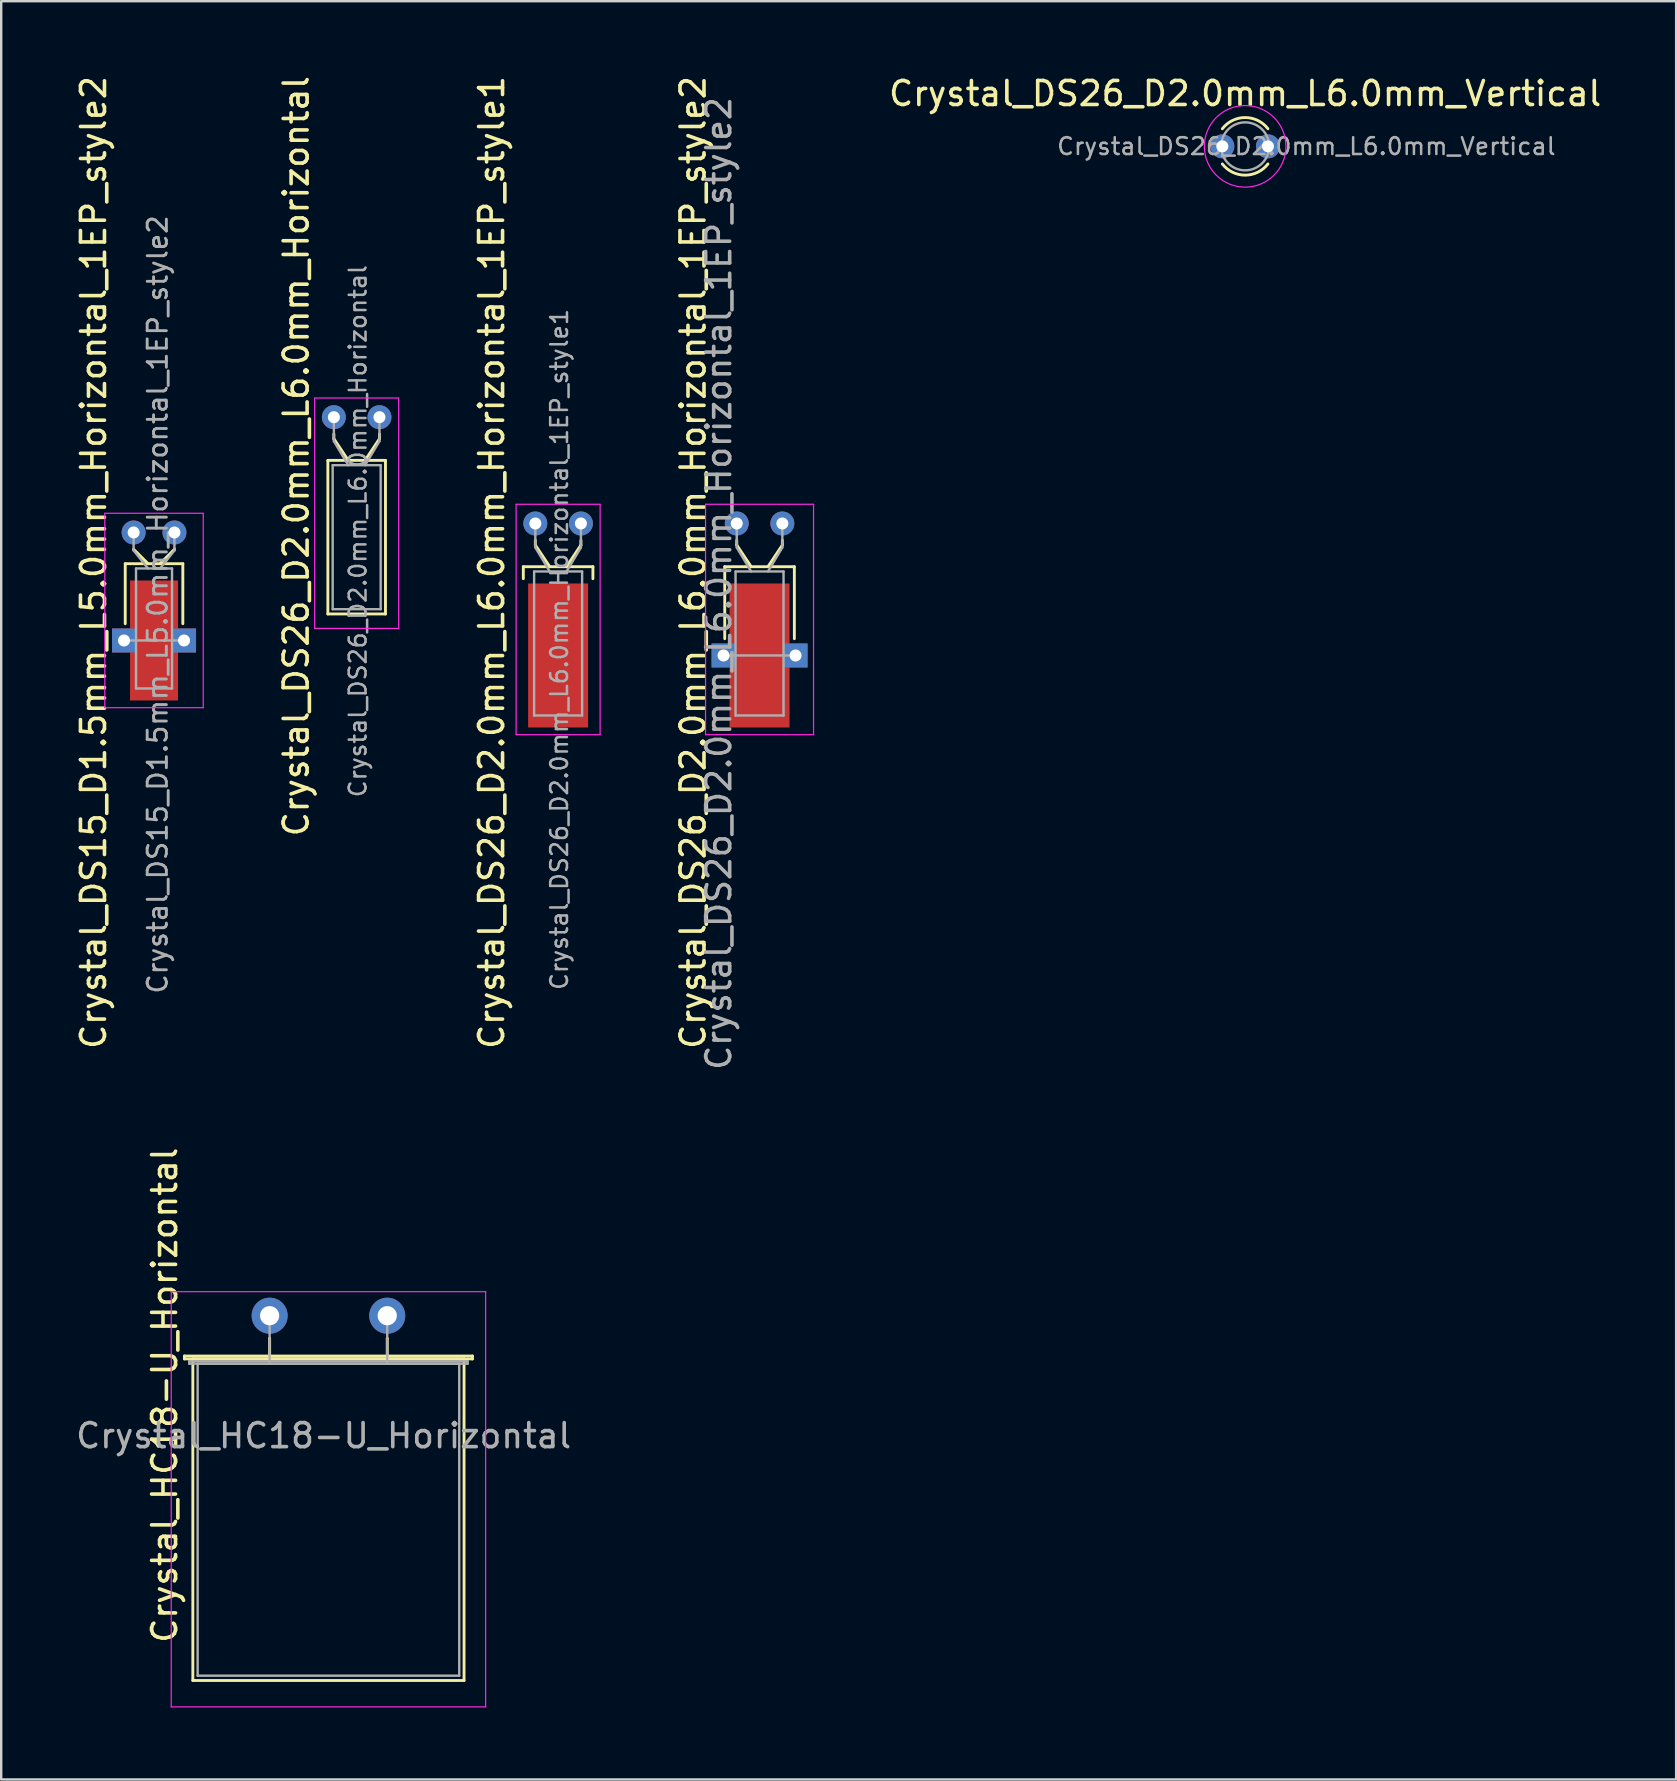
<source format=kicad_pcb>
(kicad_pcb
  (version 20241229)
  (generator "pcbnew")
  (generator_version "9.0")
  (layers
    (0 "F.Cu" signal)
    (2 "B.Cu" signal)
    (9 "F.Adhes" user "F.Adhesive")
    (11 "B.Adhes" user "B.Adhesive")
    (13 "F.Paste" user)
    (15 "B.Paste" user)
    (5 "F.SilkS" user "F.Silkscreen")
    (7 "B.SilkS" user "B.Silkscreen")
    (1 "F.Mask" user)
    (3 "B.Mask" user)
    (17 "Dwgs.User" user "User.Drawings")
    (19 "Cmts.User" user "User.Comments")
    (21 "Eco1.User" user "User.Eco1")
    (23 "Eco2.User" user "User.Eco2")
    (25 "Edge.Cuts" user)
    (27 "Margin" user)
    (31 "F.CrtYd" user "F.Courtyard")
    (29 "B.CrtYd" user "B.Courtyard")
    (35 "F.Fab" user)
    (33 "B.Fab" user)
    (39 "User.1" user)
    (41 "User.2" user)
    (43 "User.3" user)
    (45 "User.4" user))
  (footprint "Crystal_DS26_D2.0mm_L6.0mm_Horizontal"
    (layer "F.Cu")
    (at 10.861 14.333)
    (property "Reference" "Crystal_DS26_D2.0mm_L6.0mm_Horizontal" (at -1.57 1.625 90) (layer "F.SilkS") (effects (font (size 1 1) (thickness 0.15))))
    (attr through_hole)
    (fp_line (start -0.25 1.8) (end -0.25 8.2) (stroke (width 0.12) (type solid)) (layer "F.SilkS"))
    (fp_line (start -0.25 8.2) (end 2.15 8.2) (stroke (width 0.12) (type solid)) (layer "F.SilkS"))
    (fp_line (start 0 0.9) (end 0 0.7) (stroke (width 0.12) (type solid)) (layer "F.SilkS"))
    (fp_line (start 0.6 1.8) (end 0 0.9) (stroke (width 0.12) (type solid)) (layer "F.SilkS"))
    (fp_line (start 1.3 1.8) (end 1.9 0.9) (stroke (width 0.12) (type solid)) (layer "F.SilkS"))
    (fp_line (start 1.9 0.9) (end 1.9 0.7) (stroke (width 0.12) (type solid)) (layer "F.SilkS"))
    (fp_line (start 2.15 1.8) (end -0.25 1.8) (stroke (width 0.12) (type solid)) (layer "F.SilkS"))
    (fp_line (start 2.15 8.2) (end 2.15 1.8) (stroke (width 0.12) (type solid)) (layer "F.SilkS"))
    (fp_line (start -0.8 -0.8) (end -0.8 8.8) (stroke (width 0.05) (type solid)) (layer "F.CrtYd"))
    (fp_line (start -0.8 8.8) (end 2.7 8.8) (stroke (width 0.05) (type solid)) (layer "F.CrtYd"))
    (fp_line (start 2.7 -0.8) (end -0.8 -0.8) (stroke (width 0.05) (type solid)) (layer "F.CrtYd"))
    (fp_line (start 2.7 8.8) (end 2.7 -0.8) (stroke (width 0.05) (type solid)) (layer "F.CrtYd"))
    (fp_line (start -0.05 2) (end -0.05 8) (stroke (width 0.1) (type solid)) (layer "F.Fab"))
    (fp_line (start -0.05 8) (end 1.95 8) (stroke (width 0.1) (type solid)) (layer "F.Fab"))
    (fp_line (start 0 1) (end 0 0) (stroke (width 0.1) (type solid)) (layer "F.Fab"))
    (fp_line (start 0.6 2) (end 0 1) (stroke (width 0.1) (type solid)) (layer "F.Fab"))
    (fp_line (start 1.3 2) (end 1.9 1) (stroke (width 0.1) (type solid)) (layer "F.Fab"))
    (fp_line (start 1.9 1) (end 1.9 0) (stroke (width 0.1) (type solid)) (layer "F.Fab"))
    (fp_line (start 1.95 2) (end -0.05 2) (stroke (width 0.1) (type solid)) (layer "F.Fab"))
    (fp_line (start 1.95 8) (end 1.95 2) (stroke (width 0.1) (type solid)) (layer "F.Fab"))
    (fp_text user "${REFERENCE}" (at 1 4.75 90) (layer "F.Fab") (effects (font (size 0.7 0.7) (thickness 0.105))))
    (pad "1" thru_hole circle (at 0 0) (size 1 1) (drill 0.5) (layers "*.Cu" "*.Mask"))
    (pad "2" thru_hole circle (at 1.9 0) (size 1 1) (drill 0.5) (layers "*.Cu" "*.Mask")))
  (footprint "Crystal_DS26_D2.0mm_L6.0mm_Horizontal_1EP_style2"
    (layer "F.Cu")
    (at 27.648 18.762)
    (property "Reference" "Crystal_DS26_D2.0mm_L6.0mm_Horizontal_1EP_style2" (at -1.82 1.625 90) (layer "F.SilkS") (effects (font (size 1 1) (thickness 0.15))))
    (attr through_hole)
    (fp_line (start -0.5 1.8) (end 2.4 1.8) (stroke (width 0.12) (type solid)) (layer "F.SilkS"))
    (fp_line (start -0.5 4.8) (end -0.5 1.8) (stroke (width 0.12) (type solid)) (layer "F.SilkS"))
    (fp_line (start 0 0.9) (end 0 0.7) (stroke (width 0.12) (type solid)) (layer "F.SilkS"))
    (fp_line (start 0.6 1.8) (end 0 0.9) (stroke (width 0.12) (type solid)) (layer "F.SilkS"))
    (fp_line (start 1.3 1.8) (end 1.9 0.9) (stroke (width 0.12) (type solid)) (layer "F.SilkS"))
    (fp_line (start 1.9 0.9) (end 1.9 0.7) (stroke (width 0.12) (type solid)) (layer "F.SilkS"))
    (fp_line (start 2.4 1.8) (end 2.4 4.8) (stroke (width 0.12) (type solid)) (layer "F.SilkS"))
    (fp_line (start -1.3 -0.8) (end -1.3 8.8) (stroke (width 0.05) (type solid)) (layer "F.CrtYd"))
    (fp_line (start -1.3 8.8) (end 3.2 8.8) (stroke (width 0.05) (type solid)) (layer "F.CrtYd"))
    (fp_line (start 3.2 -0.8) (end -1.3 -0.8) (stroke (width 0.05) (type solid)) (layer "F.CrtYd"))
    (fp_line (start 3.2 8.8) (end 3.2 -0.8) (stroke (width 0.05) (type solid)) (layer "F.CrtYd"))
    (fp_line (start -0.55 5.5) (end 2.45 5.5) (stroke (width 0.1) (type solid)) (layer "F.Fab"))
    (fp_line (start -0.05 2) (end -0.05 8) (stroke (width 0.1) (type solid)) (layer "F.Fab"))
    (fp_line (start -0.05 8) (end 1.95 8) (stroke (width 0.1) (type solid)) (layer "F.Fab"))
    (fp_line (start 0 1) (end 0 0) (stroke (width 0.1) (type solid)) (layer "F.Fab"))
    (fp_line (start 0.6 2) (end 0 1) (stroke (width 0.1) (type solid)) (layer "F.Fab"))
    (fp_line (start 1.3 2) (end 1.9 1) (stroke (width 0.1) (type solid)) (layer "F.Fab"))
    (fp_line (start 1.9 1) (end 1.9 0) (stroke (width 0.1) (type solid)) (layer "F.Fab"))
    (fp_line (start 1.95 2) (end -0.05 2) (stroke (width 0.1) (type solid)) (layer "F.Fab"))
    (fp_line (start 1.95 8) (end 1.95 2) (stroke (width 0.1) (type solid)) (layer "F.Fab"))
    (fp_text user "${REFERENCE}" (at -0.75 2.5 90) (layer "F.Fab") (effects (font (size 1 1) (thickness 0.15))))
    (pad "1" thru_hole circle (at 0 0) (size 1 1) (drill 0.5) (layers "*.Cu" "*.Mask"))
    (pad "2" thru_hole circle (at 1.9 0) (size 1 1) (drill 0.5) (layers "*.Cu" "*.Mask"))
    (pad "3" thru_hole rect (at -0.55 5.5) (size 1 1) (drill 0.5) (layers "*.Cu" "*.Mask"))
    (pad "3" smd rect (at 0.95 5.5) (size 2.5 6) (layers "F.Cu" "F.Mask" "F.Paste"))
    (pad "3" thru_hole rect (at 2.45 5.5) (size 1 1) (drill 0.5) (layers "*.Cu" "*.Mask")))
  (footprint "Crystal_DS26_D2.0mm_L6.0mm_Vertical"
    (layer "F.Cu")
    (at 47.881 3.048)
    (property "Reference" "Crystal_DS26_D2.0mm_L6.0mm_Vertical" (at 0.95 -2.2 0) (layer "F.SilkS") (effects (font (size 1 1) (thickness 0.15))))
    (attr through_hole)
    (fp_arc (start 0 -0.733144) (mid 0.950178 -1.2) (end 1.900217 -0.732863) (stroke (width 0.12) (type solid)) (layer "F.SilkS"))
    (fp_arc (start 1.900217 0.732863) (mid 0.950178 1.2) (end 0 0.733144) (stroke (width 0.12) (type solid)) (layer "F.SilkS"))
    (fp_circle (center 0.95 0) (end 2.65 0) (stroke (width 0.05) (type solid)) (fill no) (layer "F.CrtYd"))
    (fp_circle (center 0.95 0) (end 1.95 0) (stroke (width 0.1) (type solid)) (fill no) (layer "F.Fab"))
    (fp_text user "${REFERENCE}" (at 3.5 0 0) (layer "F.Fab") (effects (font (size 0.7 0.7) (thickness 0.105))))
    (pad "1" thru_hole circle (at 0 0) (size 1 1) (drill 0.5) (layers "*.Cu" "*.Mask"))
    (pad "2" thru_hole circle (at 1.9 0) (size 1 1) (drill 0.5) (layers "*.Cu" "*.Mask")))
  (footprint "Crystal_HC18-U_Horizontal"
    (layer "F.Cu")
    (at 8.185 51.771)
    (property "Reference" "Crystal_HC18-U_Horizontal" (at -4.375 3.312 90) (layer "F.SilkS") (effects (font (size 1 1) (thickness 0.15))))
    (attr through_hole)
    (fp_line (start -3.55 1.68) (end 8.45 1.68) (stroke (width 0.12) (type solid)) (layer "F.SilkS"))
    (fp_line (start -3.55 1.8) (end -3.55 1.68) (stroke (width 0.12) (type solid)) (layer "F.SilkS"))
    (fp_line (start -3.2 1.8) (end -3.2 15.2) (stroke (width 0.12) (type solid)) (layer "F.SilkS"))
    (fp_line (start -3.2 15.2) (end 8.1 15.2) (stroke (width 0.12) (type solid)) (layer "F.SilkS"))
    (fp_line (start 0 0.95) (end 0 0.95) (stroke (width 0.12) (type solid)) (layer "F.SilkS"))
    (fp_line (start 0 1.8) (end 0 0.95) (stroke (width 0.12) (type solid)) (layer "F.SilkS"))
    (fp_line (start 4.9 0.95) (end 4.9 0.95) (stroke (width 0.12) (type solid)) (layer "F.SilkS"))
    (fp_line (start 4.9 1.8) (end 4.9 0.95) (stroke (width 0.12) (type solid)) (layer "F.SilkS"))
    (fp_line (start 8.1 1.8) (end -3.2 1.8) (stroke (width 0.12) (type solid)) (layer "F.SilkS"))
    (fp_line (start 8.1 15.2) (end 8.1 1.8) (stroke (width 0.12) (type solid)) (layer "F.SilkS"))
    (fp_line (start 8.45 1.68) (end 8.45 1.8) (stroke (width 0.12) (type solid)) (layer "F.SilkS"))
    (fp_line (start 8.45 1.8) (end -3.55 1.8) (stroke (width 0.12) (type solid)) (layer "F.SilkS"))
    (fp_line (start -4.1 -1) (end -4.1 16.3) (stroke (width 0.05) (type solid)) (layer "F.CrtYd"))
    (fp_line (start -4.1 16.3) (end 9 16.3) (stroke (width 0.05) (type solid)) (layer "F.CrtYd"))
    (fp_line (start 9 -1) (end -4.1 -1) (stroke (width 0.05) (type solid)) (layer "F.CrtYd"))
    (fp_line (start 9 16.3) (end 9 -1) (stroke (width 0.05) (type solid)) (layer "F.CrtYd"))
    (fp_line (start -3.35 1.9) (end 8.25 1.9) (stroke (width 0.1) (type solid)) (layer "F.Fab"))
    (fp_line (start -3.35 2) (end -3.35 1.9) (stroke (width 0.1) (type solid)) (layer "F.Fab"))
    (fp_line (start -3 2) (end -3 15) (stroke (width 0.1) (type solid)) (layer "F.Fab"))
    (fp_line (start -3 15) (end 7.9 15) (stroke (width 0.1) (type solid)) (layer "F.Fab"))
    (fp_line (start 0 1) (end 0 0) (stroke (width 0.1) (type solid)) (layer "F.Fab"))
    (fp_line (start 0 2) (end 0 1) (stroke (width 0.1) (type solid)) (layer "F.Fab"))
    (fp_line (start 4.9 1) (end 4.9 0) (stroke (width 0.1) (type solid)) (layer "F.Fab"))
    (fp_line (start 4.9 2) (end 4.9 1) (stroke (width 0.1) (type solid)) (layer "F.Fab"))
    (fp_line (start 7.9 2) (end -3 2) (stroke (width 0.1) (type solid)) (layer "F.Fab"))
    (fp_line (start 7.9 15) (end 7.9 2) (stroke (width 0.1) (type solid)) (layer "F.Fab"))
    (fp_line (start 8.25 1.9) (end 8.25 2) (stroke (width 0.1) (type solid)) (layer "F.Fab"))
    (fp_line (start 8.25 2) (end -3.35 2) (stroke (width 0.1) (type solid)) (layer "F.Fab"))
    (fp_text user "${REFERENCE}" (at 2.25 5 0) (layer "F.Fab") (effects (font (size 1 1) (thickness 0.15))))
    (pad "1" thru_hole circle (at 0 0) (size 1.5 1.5) (drill 0.8) (layers "*.Cu" "*.Mask"))
    (pad "2" thru_hole circle (at 4.9 0) (size 1.5 1.5) (drill 0.8) (layers "*.Cu" "*.Mask")))
  (footprint "Crystal_DS15_D1.5mm_L5.0mm_Horizontal_1EP_style2"
    (layer "F.Cu")
    (at 2.518 19.137)
    (property "Reference" "Crystal_DS15_D1.5mm_L5.0mm_Horizontal_1EP_style2" (at -1.67 1.25 90) (layer "F.SilkS") (effects (font (size 1 1) (thickness 0.15))))
    (attr through_hole)
    (fp_line (start -0.35 1.3) (end 2.05 1.3) (stroke (width 0.12) (type solid)) (layer "F.SilkS"))
    (fp_line (start -0.35 3.8) (end -0.35 1.3) (stroke (width 0.12) (type solid)) (layer "F.SilkS"))
    (fp_line (start 0 0.7) (end 0 0.7) (stroke (width 0.12) (type solid)) (layer "F.SilkS"))
    (fp_line (start 0.6 1.3) (end 0 0.7) (stroke (width 0.12) (type solid)) (layer "F.SilkS"))
    (fp_line (start 1.1 1.3) (end 1.7 0.7) (stroke (width 0.12) (type solid)) (layer "F.SilkS"))
    (fp_line (start 1.7 0.7) (end 1.7 0.7) (stroke (width 0.12) (type solid)) (layer "F.SilkS"))
    (fp_line (start 2.05 1.3) (end 2.05 3.8) (stroke (width 0.12) (type solid)) (layer "F.SilkS"))
    (fp_line (start -1.2 -0.8) (end -1.2 7.3) (stroke (width 0.05) (type solid)) (layer "F.CrtYd"))
    (fp_line (start -1.2 7.3) (end 2.9 7.3) (stroke (width 0.05) (type solid)) (layer "F.CrtYd"))
    (fp_line (start 2.9 -0.8) (end -1.2 -0.8) (stroke (width 0.05) (type solid)) (layer "F.CrtYd"))
    (fp_line (start 2.9 7.3) (end 2.9 -0.8) (stroke (width 0.05) (type solid)) (layer "F.CrtYd"))
    (fp_line (start -0.4 4.5) (end 2.1 4.5) (stroke (width 0.1) (type solid)) (layer "F.Fab"))
    (fp_line (start 0 0.75) (end 0 0) (stroke (width 0.1) (type solid)) (layer "F.Fab"))
    (fp_line (start 0.1 1.5) (end 0.1 6.5) (stroke (width 0.1) (type solid)) (layer "F.Fab"))
    (fp_line (start 0.1 6.5) (end 1.6 6.5) (stroke (width 0.1) (type solid)) (layer "F.Fab"))
    (fp_line (start 0.6 1.5) (end 0 0.75) (stroke (width 0.1) (type solid)) (layer "F.Fab"))
    (fp_line (start 1.1 1.5) (end 1.7 0.75) (stroke (width 0.1) (type solid)) (layer "F.Fab"))
    (fp_line (start 1.6 1.5) (end 0.1 1.5) (stroke (width 0.1) (type solid)) (layer "F.Fab"))
    (fp_line (start 1.6 6.5) (end 1.6 1.5) (stroke (width 0.1) (type solid)) (layer "F.Fab"))
    (fp_line (start 1.7 0.75) (end 1.7 0) (stroke (width 0.1) (type solid)) (layer "F.Fab"))
    (fp_text user "${REFERENCE}" (at 1 3 90) (layer "F.Fab") (effects (font (size 0.8 0.8) (thickness 0.12))))
    (pad "1" thru_hole circle (at 0 0) (size 1 1) (drill 0.5) (layers "*.Cu" "*.Mask"))
    (pad "2" thru_hole circle (at 1.7 0) (size 1 1) (drill 0.5) (layers "*.Cu" "*.Mask"))
    (pad "3" thru_hole rect (at -0.4 4.5) (size 1 1) (drill 0.5) (layers "*.Cu" "*.Mask"))
    (pad "3" smd rect (at 0.85 4.5) (size 2 5) (layers "F.Cu" "F.Mask" "F.Paste"))
    (pad "3" thru_hole rect (at 2.1 4.5) (size 1 1) (drill 0.5) (layers "*.Cu" "*.Mask")))
  (footprint "Crystal_DS26_D2.0mm_L6.0mm_Horizontal_1EP_style1"
    (layer "F.Cu")
    (at 19.255 18.762)
    (property "Reference" "Crystal_DS26_D2.0mm_L6.0mm_Horizontal_1EP_style1" (at -1.82 1.625 90) (layer "F.SilkS") (effects (font (size 1 1) (thickness 0.15))))
    (attr through_hole)
    (fp_line (start -0.5 1.8) (end 2.4 1.8) (stroke (width 0.12) (type solid)) (layer "F.SilkS"))
    (fp_line (start -0.5 2.3) (end -0.5 1.8) (stroke (width 0.12) (type solid)) (layer "F.SilkS"))
    (fp_line (start 0 0.9) (end 0 0.7) (stroke (width 0.12) (type solid)) (layer "F.SilkS"))
    (fp_line (start 0.6 1.8) (end 0 0.9) (stroke (width 0.12) (type solid)) (layer "F.SilkS"))
    (fp_line (start 1.3 1.8) (end 1.9 0.9) (stroke (width 0.12) (type solid)) (layer "F.SilkS"))
    (fp_line (start 1.9 0.9) (end 1.9 0.7) (stroke (width 0.12) (type solid)) (layer "F.SilkS"))
    (fp_line (start 2.4 1.8) (end 2.4 2.3) (stroke (width 0.12) (type solid)) (layer "F.SilkS"))
    (fp_line (start -0.8 -0.8) (end -0.8 8.8) (stroke (width 0.05) (type solid)) (layer "F.CrtYd"))
    (fp_line (start -0.8 8.8) (end 2.7 8.8) (stroke (width 0.05) (type solid)) (layer "F.CrtYd"))
    (fp_line (start 2.7 -0.8) (end -0.8 -0.8) (stroke (width 0.05) (type solid)) (layer "F.CrtYd"))
    (fp_line (start 2.7 8.8) (end 2.7 -0.8) (stroke (width 0.05) (type solid)) (layer "F.CrtYd"))
    (fp_line (start -0.05 2) (end -0.05 8) (stroke (width 0.1) (type solid)) (layer "F.Fab"))
    (fp_line (start -0.05 8) (end 1.95 8) (stroke (width 0.1) (type solid)) (layer "F.Fab"))
    (fp_line (start 0 1) (end 0 0) (stroke (width 0.1) (type solid)) (layer "F.Fab"))
    (fp_line (start 0.6 2) (end 0 1) (stroke (width 0.1) (type solid)) (layer "F.Fab"))
    (fp_line (start 1.3 2) (end 1.9 1) (stroke (width 0.1) (type solid)) (layer "F.Fab"))
    (fp_line (start 1.9 1) (end 1.9 0) (stroke (width 0.1) (type solid)) (layer "F.Fab"))
    (fp_line (start 1.95 2) (end -0.05 2) (stroke (width 0.1) (type solid)) (layer "F.Fab"))
    (fp_line (start 1.95 8) (end 1.95 2) (stroke (width 0.1) (type solid)) (layer "F.Fab"))
    (fp_text user "${REFERENCE}" (at 1 5.25 90) (layer "F.Fab") (effects (font (size 0.7 0.7) (thickness 0.105))))
    (pad "1" thru_hole circle (at 0 0) (size 1 1) (drill 0.5) (layers "*.Cu" "*.Mask"))
    (pad "2" thru_hole circle (at 1.9 0) (size 1 1) (drill 0.5) (layers "*.Cu" "*.Mask"))
    (pad "3" smd rect (at 0.95 5.5) (size 2.5 6) (layers "F.Cu" "F.Mask" "F.Paste")))
  (gr_rect
    (start -3 -3)
    (end 66.79 71.096)
    (stroke (width 0.1) (type default))
    (fill no)
    (layer "Edge.Cuts")))
</source>
